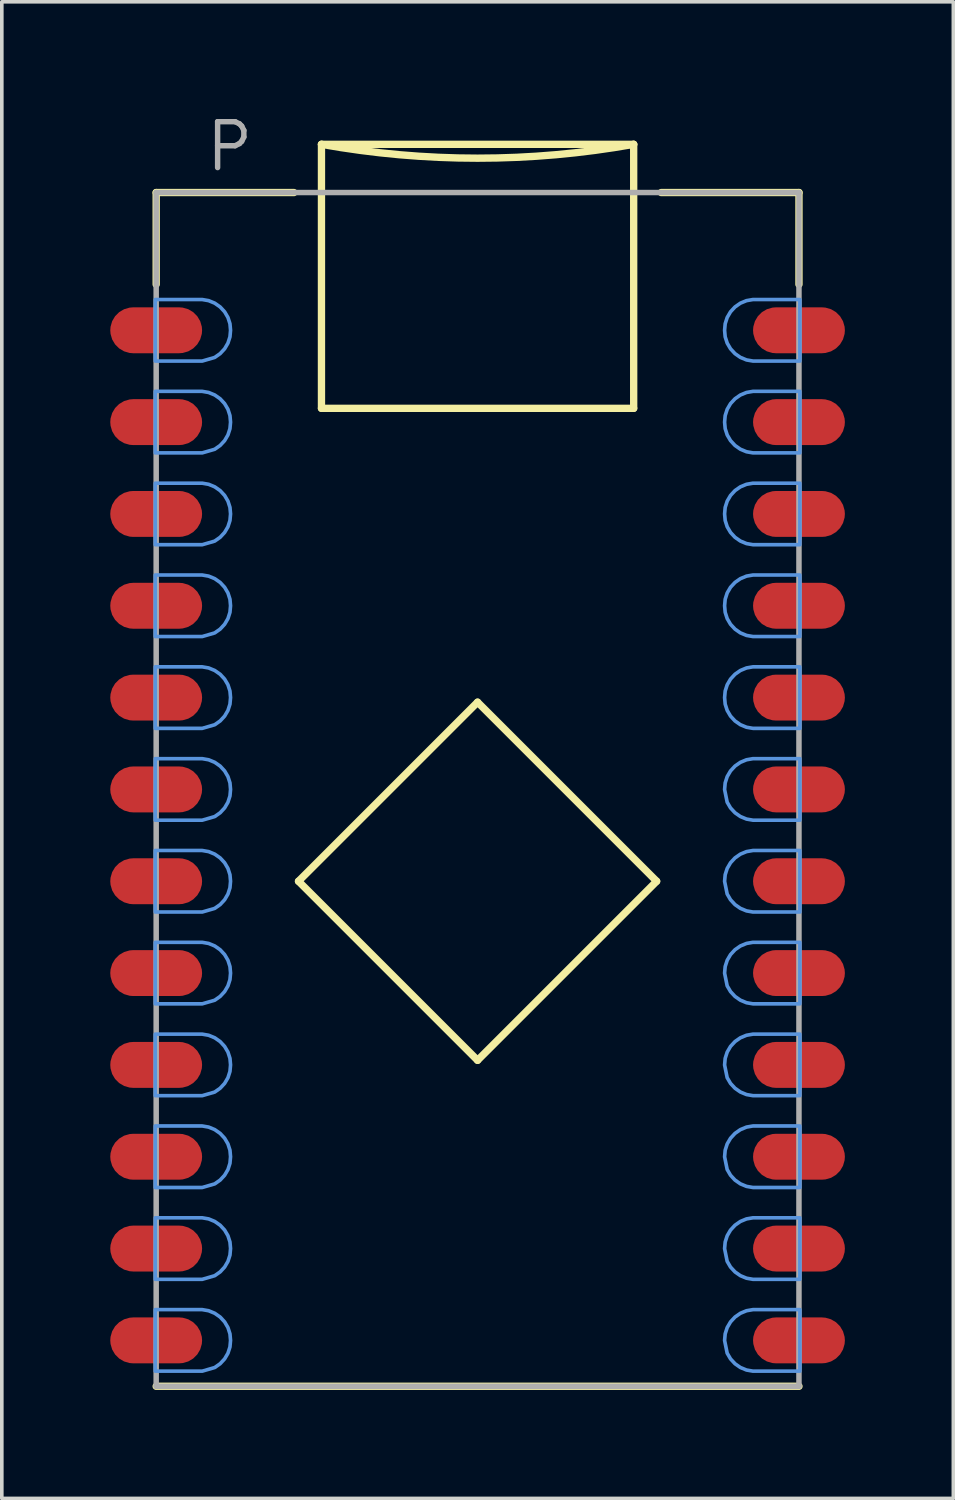
<source format=kicad_pcb>
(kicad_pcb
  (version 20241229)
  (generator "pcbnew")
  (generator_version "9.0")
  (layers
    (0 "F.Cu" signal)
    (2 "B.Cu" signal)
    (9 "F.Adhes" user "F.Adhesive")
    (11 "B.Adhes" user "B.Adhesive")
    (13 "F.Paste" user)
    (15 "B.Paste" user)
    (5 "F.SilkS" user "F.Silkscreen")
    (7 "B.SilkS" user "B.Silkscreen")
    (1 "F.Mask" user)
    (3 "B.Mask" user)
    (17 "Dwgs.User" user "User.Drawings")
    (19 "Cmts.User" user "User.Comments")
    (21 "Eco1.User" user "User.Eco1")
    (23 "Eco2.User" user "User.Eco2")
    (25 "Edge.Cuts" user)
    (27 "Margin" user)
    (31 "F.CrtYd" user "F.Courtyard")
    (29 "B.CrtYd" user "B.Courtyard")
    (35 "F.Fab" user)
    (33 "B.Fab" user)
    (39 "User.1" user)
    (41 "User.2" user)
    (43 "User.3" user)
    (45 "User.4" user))
  (footprint "P"
    (layer "F.Cu")
    (at 10.16 18.786)
    (property "Reference" "P" (at -6.858 -17.78 0) (layer "F.Fab") (effects (font (size 1.27 1.27) (thickness 0.15))))
    (fp_line (start -8.89 -16.51) (end -8.89 -13.97) (stroke (width 0.203) (type solid)) (layer "F.SilkS"))
    (fp_line (start -5.08 -16.51) (end -8.89 -16.51) (stroke (width 0.203) (type solid)) (layer "F.SilkS"))
    (fp_line (start -4.953 2.54) (end 0 7.493) (stroke (width 0.203) (type solid)) (layer "F.SilkS"))
    (fp_line (start -4.318 -17.843) (end 4.318 -17.843) (stroke (width 0.203) (type solid)) (layer "F.SilkS"))
    (fp_line (start -4.318 -10.541) (end -4.318 -17.843) (stroke (width 0.203) (type solid)) (layer "F.SilkS"))
    (fp_line (start 0 -2.413) (end -4.953 2.54) (stroke (width 0.203) (type solid)) (layer "F.SilkS"))
    (fp_line (start 0 7.493) (end 4.953 2.54) (stroke (width 0.203) (type solid)) (layer "F.SilkS"))
    (fp_line (start 4.318 -17.843) (end 4.318 -10.541) (stroke (width 0.203) (type solid)) (layer "F.SilkS"))
    (fp_line (start 4.318 -10.541) (end -4.318 -10.541) (stroke (width 0.203) (type solid)) (layer "F.SilkS"))
    (fp_line (start 4.953 2.54) (end 0 -2.413) (stroke (width 0.203) (type solid)) (layer "F.SilkS"))
    (fp_line (start 5.08 -16.51) (end 8.89 -16.51) (stroke (width 0.203) (type solid)) (layer "F.SilkS"))
    (fp_line (start 8.89 -16.51) (end 8.89 -13.97) (stroke (width 0.203) (type solid)) (layer "F.SilkS"))
    (fp_line (start 8.89 16.51) (end -8.89 16.51) (stroke (width 0.203) (type solid)) (layer "F.SilkS"))
    (fp_arc (start 4.318 -17.8435) (mid 0 -17.460445) (end -4.318 -17.8435) (stroke (width 0.2032) (type solid)) (layer "F.SilkS"))
    (fp_poly (pts (xy -7.439 -13.52) (xy -7.27 -13.45) (xy -7.121 -13.346) (xy -6.997 -13.212) (xy -6.905 -13.055) (xy -6.849 -12.881) (xy -6.833 -12.701) (xy -6.833 -12.699) (xy -6.849 -12.519) (xy -6.905 -12.345) (xy -6.997 -12.188) (xy -7.121 -12.054) (xy -7.271 -11.949) (xy -7.616 -11.849) (xy -8.915 -11.849) (xy -8.915 -13.551) (xy -7.618 -13.551)) (stroke (width 0.1) (type default)) (fill no) (layer "Cmts.User"))
    (fp_poly (pts (xy -7.439 -10.98) (xy -7.27 -10.91) (xy -7.121 -10.806) (xy -6.997 -10.672) (xy -6.905 -10.515) (xy -6.849 -10.341) (xy -6.833 -10.161) (xy -6.833 -10.159) (xy -6.849 -9.979) (xy -6.905 -9.805) (xy -6.997 -9.648) (xy -7.121 -9.514) (xy -7.271 -9.409) (xy -7.616 -9.309) (xy -8.915 -9.309) (xy -8.915 -11.011) (xy -7.618 -11.011)) (stroke (width 0.1) (type default)) (fill no) (layer "Cmts.User"))
    (fp_poly (pts (xy -7.439 -8.44) (xy -7.27 -8.37) (xy -7.121 -8.266) (xy -6.997 -8.132) (xy -6.905 -7.975) (xy -6.849 -7.801) (xy -6.833 -7.621) (xy -6.833 -7.619) (xy -6.849 -7.439) (xy -6.905 -7.265) (xy -6.997 -7.108) (xy -7.121 -6.974) (xy -7.271 -6.869) (xy -7.616 -6.769) (xy -8.915 -6.769) (xy -8.915 -8.471) (xy -7.618 -8.471)) (stroke (width 0.1) (type default)) (fill no) (layer "Cmts.User"))
    (fp_poly (pts (xy -7.439 -5.9) (xy -7.27 -5.83) (xy -7.121 -5.726) (xy -6.997 -5.592) (xy -6.905 -5.435) (xy -6.849 -5.261) (xy -6.833 -5.081) (xy -6.833 -5.079) (xy -6.849 -4.899) (xy -6.905 -4.725) (xy -6.997 -4.568) (xy -7.121 -4.434) (xy -7.271 -4.329) (xy -7.616 -4.229) (xy -8.915 -4.229) (xy -8.915 -5.931) (xy -7.618 -5.931)) (stroke (width 0.1) (type default)) (fill no) (layer "Cmts.User"))
    (fp_poly (pts (xy -7.439 -3.36) (xy -7.27 -3.29) (xy -7.121 -3.186) (xy -6.997 -3.052) (xy -6.905 -2.895) (xy -6.849 -2.721) (xy -6.833 -2.541) (xy -6.833 -2.539) (xy -6.849 -2.359) (xy -6.905 -2.185) (xy -6.997 -2.028) (xy -7.121 -1.894) (xy -7.271 -1.789) (xy -7.616 -1.689) (xy -8.915 -1.689) (xy -8.915 -3.391) (xy -7.618 -3.391)) (stroke (width 0.1) (type default)) (fill no) (layer "Cmts.User"))
    (fp_poly (pts (xy -7.439 -0.82) (xy -7.27 -0.75) (xy -7.121 -0.646) (xy -6.997 -0.512) (xy -6.905 -0.355) (xy -6.849 -0.181) (xy -6.833 -0.001) (xy -6.833 0.001) (xy -6.849 0.181) (xy -6.905 0.355) (xy -6.997 0.512) (xy -7.121 0.646) (xy -7.271 0.751) (xy -7.616 0.851) (xy -8.915 0.851) (xy -8.915 -0.851) (xy -7.618 -0.851)) (stroke (width 0.1) (type default)) (fill no) (layer "Cmts.User"))
    (fp_poly (pts (xy -7.439 1.72) (xy -7.27 1.79) (xy -7.121 1.894) (xy -6.997 2.028) (xy -6.905 2.185) (xy -6.849 2.359) (xy -6.833 2.539) (xy -6.833 2.541) (xy -6.849 2.721) (xy -6.905 2.895) (xy -6.997 3.052) (xy -7.121 3.186) (xy -7.271 3.291) (xy -7.616 3.391) (xy -8.915 3.391) (xy -8.915 1.689) (xy -7.618 1.689)) (stroke (width 0.1) (type default)) (fill no) (layer "Cmts.User"))
    (fp_poly (pts (xy -7.439 4.26) (xy -7.27 4.33) (xy -7.121 4.434) (xy -6.997 4.568) (xy -6.905 4.725) (xy -6.849 4.899) (xy -6.833 5.079) (xy -6.833 5.081) (xy -6.849 5.261) (xy -6.905 5.435) (xy -6.997 5.592) (xy -7.121 5.726) (xy -7.271 5.831) (xy -7.616 5.931) (xy -8.915 5.931) (xy -8.915 4.229) (xy -7.618 4.229)) (stroke (width 0.1) (type default)) (fill no) (layer "Cmts.User"))
    (fp_poly (pts (xy -7.439 6.8) (xy -7.27 6.87) (xy -7.121 6.974) (xy -6.997 7.108) (xy -6.905 7.265) (xy -6.849 7.439) (xy -6.833 7.619) (xy -6.833 7.621) (xy -6.849 7.801) (xy -6.905 7.975) (xy -6.997 8.132) (xy -7.121 8.266) (xy -7.271 8.371) (xy -7.616 8.471) (xy -8.915 8.471) (xy -8.915 6.769) (xy -7.618 6.769)) (stroke (width 0.1) (type default)) (fill no) (layer "Cmts.User"))
    (fp_poly (pts (xy -7.439 9.34) (xy -7.27 9.41) (xy -7.121 9.514) (xy -6.997 9.648) (xy -6.905 9.805) (xy -6.849 9.979) (xy -6.833 10.159) (xy -6.833 10.161) (xy -6.849 10.341) (xy -6.905 10.515) (xy -6.997 10.672) (xy -7.121 10.806) (xy -7.271 10.911) (xy -7.616 11.011) (xy -8.915 11.011) (xy -8.915 9.309) (xy -7.618 9.309)) (stroke (width 0.1) (type default)) (fill no) (layer "Cmts.User"))
    (fp_poly (pts (xy -7.439 11.88) (xy -7.27 11.95) (xy -7.121 12.054) (xy -6.997 12.188) (xy -6.905 12.345) (xy -6.849 12.519) (xy -6.833 12.699) (xy -6.833 12.701) (xy -6.849 12.881) (xy -6.905 13.055) (xy -6.997 13.212) (xy -7.121 13.346) (xy -7.271 13.451) (xy -7.616 13.551) (xy -8.915 13.551) (xy -8.915 11.849) (xy -7.618 11.849)) (stroke (width 0.1) (type default)) (fill no) (layer "Cmts.User"))
    (fp_poly (pts (xy -7.439 14.42) (xy -7.27 14.49) (xy -7.121 14.594) (xy -6.997 14.728) (xy -6.905 14.885) (xy -6.849 15.059) (xy -6.833 15.239) (xy -6.833 15.241) (xy -6.849 15.421) (xy -6.905 15.595) (xy -6.997 15.752) (xy -7.121 15.886) (xy -7.271 15.991) (xy -7.616 16.091) (xy -8.915 16.091) (xy -8.915 14.389) (xy -7.618 14.389)) (stroke (width 0.1) (type default)) (fill no) (layer "Cmts.User"))
    (fp_poly (pts (xy 8.915 0.851) (xy 7.618 0.851) (xy 7.439 0.82) (xy 7.27 0.75) (xy 7.121 0.646) (xy 6.997 0.512) (xy 6.904 0.353) (xy 6.833 0.003) (xy 6.833 -0.001) (xy 6.849 -0.181) (xy 6.905 -0.355) (xy 6.997 -0.512) (xy 7.121 -0.646) (xy 7.27 -0.75) (xy 7.439 -0.82) (xy 7.618 -0.851) (xy 8.915 -0.851)) (stroke (width 0.1) (type default)) (fill no) (layer "Cmts.User"))
    (fp_poly (pts (xy 8.915 3.391) (xy 7.618 3.391) (xy 7.439 3.36) (xy 7.27 3.29) (xy 7.121 3.186) (xy 6.997 3.052) (xy 6.904 2.893) (xy 6.833 2.543) (xy 6.833 2.539) (xy 6.849 2.359) (xy 6.905 2.185) (xy 6.997 2.028) (xy 7.121 1.894) (xy 7.27 1.79) (xy 7.439 1.72) (xy 7.618 1.689) (xy 8.915 1.689)) (stroke (width 0.1) (type default)) (fill no) (layer "Cmts.User"))
    (fp_poly (pts (xy 8.915 5.931) (xy 7.618 5.931) (xy 7.439 5.9) (xy 7.27 5.83) (xy 7.121 5.726) (xy 6.997 5.592) (xy 6.904 5.433) (xy 6.833 5.083) (xy 6.833 5.079) (xy 6.849 4.899) (xy 6.905 4.725) (xy 6.997 4.568) (xy 7.121 4.434) (xy 7.27 4.33) (xy 7.439 4.26) (xy 7.618 4.229) (xy 8.915 4.229)) (stroke (width 0.1) (type default)) (fill no) (layer "Cmts.User"))
    (fp_poly (pts (xy 8.915 8.471) (xy 7.618 8.471) (xy 7.439 8.44) (xy 7.27 8.37) (xy 7.121 8.266) (xy 6.997 8.132) (xy 6.904 7.973) (xy 6.833 7.623) (xy 6.833 7.619) (xy 6.849 7.439) (xy 6.905 7.265) (xy 6.997 7.108) (xy 7.121 6.974) (xy 7.27 6.87) (xy 7.439 6.8) (xy 7.618 6.769) (xy 8.915 6.769)) (stroke (width 0.1) (type default)) (fill no) (layer "Cmts.User"))
    (fp_poly (pts (xy 8.915 11.011) (xy 7.618 11.011) (xy 7.439 10.98) (xy 7.27 10.91) (xy 7.121 10.806) (xy 6.997 10.672) (xy 6.904 10.513) (xy 6.833 10.163) (xy 6.833 10.159) (xy 6.849 9.979) (xy 6.905 9.805) (xy 6.997 9.648) (xy 7.121 9.514) (xy 7.27 9.41) (xy 7.439 9.34) (xy 7.618 9.309) (xy 8.915 9.309)) (stroke (width 0.1) (type default)) (fill no) (layer "Cmts.User"))
    (fp_poly (pts (xy 8.915 13.551) (xy 7.618 13.551) (xy 7.439 13.52) (xy 7.27 13.45) (xy 7.121 13.346) (xy 6.997 13.212) (xy 6.904 13.053) (xy 6.833 12.703) (xy 6.833 12.699) (xy 6.849 12.519) (xy 6.905 12.345) (xy 6.997 12.188) (xy 7.121 12.054) (xy 7.27 11.95) (xy 7.439 11.88) (xy 7.618 11.849) (xy 8.915 11.849)) (stroke (width 0.1) (type default)) (fill no) (layer "Cmts.User"))
    (fp_poly (pts (xy 8.915 16.091) (xy 7.618 16.091) (xy 7.439 16.06) (xy 7.27 15.99) (xy 7.121 15.886) (xy 6.997 15.752) (xy 6.904 15.593) (xy 6.833 15.243) (xy 6.833 15.239) (xy 6.849 15.059) (xy 6.905 14.885) (xy 6.997 14.728) (xy 7.121 14.594) (xy 7.27 14.49) (xy 7.439 14.42) (xy 7.618 14.389) (xy 8.915 14.389)) (stroke (width 0.1) (type default)) (fill no) (layer "Cmts.User"))
    (fp_poly (pts (xy 8.915 -11.849) (xy 7.618 -11.849) (xy 7.439 -11.88) (xy 7.27 -11.95) (xy 7.121 -12.054) (xy 6.997 -12.188) (xy 6.905 -12.345) (xy 6.849 -12.519) (xy 6.833 -12.699) (xy 6.833 -12.701) (xy 6.849 -12.881) (xy 6.905 -13.055) (xy 6.997 -13.212) (xy 7.121 -13.346) (xy 7.27 -13.45) (xy 7.439 -13.52) (xy 7.618 -13.551) (xy 8.915 -13.551)) (stroke (width 0.1) (type default)) (fill no) (layer "Cmts.User"))
    (fp_poly (pts (xy 8.915 -9.309) (xy 7.618 -9.309) (xy 7.439 -9.34) (xy 7.27 -9.41) (xy 7.121 -9.514) (xy 6.997 -9.648) (xy 6.905 -9.805) (xy 6.849 -9.979) (xy 6.833 -10.159) (xy 6.833 -10.161) (xy 6.849 -10.341) (xy 6.905 -10.515) (xy 6.997 -10.672) (xy 7.121 -10.806) (xy 7.27 -10.91) (xy 7.439 -10.98) (xy 7.618 -11.011) (xy 8.915 -11.011)) (stroke (width 0.1) (type default)) (fill no) (layer "Cmts.User"))
    (fp_poly (pts (xy 8.915 -6.769) (xy 7.618 -6.769) (xy 7.439 -6.8) (xy 7.27 -6.87) (xy 7.121 -6.974) (xy 6.997 -7.108) (xy 6.905 -7.265) (xy 6.849 -7.439) (xy 6.833 -7.619) (xy 6.833 -7.621) (xy 6.849 -7.801) (xy 6.905 -7.975) (xy 6.997 -8.132) (xy 7.121 -8.266) (xy 7.27 -8.37) (xy 7.439 -8.44) (xy 7.618 -8.471) (xy 8.915 -8.471)) (stroke (width 0.1) (type default)) (fill no) (layer "Cmts.User"))
    (fp_poly (pts (xy 8.915 -4.229) (xy 7.618 -4.229) (xy 7.439 -4.26) (xy 7.27 -4.33) (xy 7.121 -4.434) (xy 6.997 -4.568) (xy 6.905 -4.725) (xy 6.849 -4.899) (xy 6.833 -5.079) (xy 6.833 -5.081) (xy 6.849 -5.261) (xy 6.905 -5.435) (xy 6.997 -5.592) (xy 7.121 -5.726) (xy 7.27 -5.83) (xy 7.439 -5.9) (xy 7.618 -5.931) (xy 8.915 -5.931)) (stroke (width 0.1) (type default)) (fill no) (layer "Cmts.User"))
    (fp_poly (pts (xy 8.915 -1.689) (xy 7.618 -1.689) (xy 7.439 -1.72) (xy 7.27 -1.79) (xy 7.121 -1.894) (xy 6.997 -2.028) (xy 6.905 -2.185) (xy 6.849 -2.359) (xy 6.833 -2.539) (xy 6.833 -2.541) (xy 6.849 -2.721) (xy 6.905 -2.895) (xy 6.997 -3.052) (xy 7.121 -3.186) (xy 7.27 -3.29) (xy 7.439 -3.36) (xy 7.618 -3.391) (xy 8.915 -3.391)) (stroke (width 0.1) (type default)) (fill no) (layer "Cmts.User"))
    (fp_line (start -8.89 -16.51) (end -8.89 16.51) (stroke (width 0.152) (type solid)) (layer "F.Fab"))
    (fp_line (start -8.89 16.51) (end 8.89 16.51) (stroke (width 0.152) (type solid)) (layer "F.Fab"))
    (fp_line (start 8.89 -16.51) (end -8.89 -16.51) (stroke (width 0.152) (type solid)) (layer "F.Fab"))
    (fp_line (start 8.89 16.51) (end 8.89 -16.51) (stroke (width 0.152) (type solid)) (layer "F.Fab"))
    (pad "1" smd roundrect (at -8.89 -12.7) (size 2.54 1.27) (layers "F.Cu" "F.Mask" "F.Paste") (roundrect_rratio 0.5))
    (pad "2" smd roundrect (at -8.89 -10.16) (size 2.54 1.27) (layers "F.Cu" "F.Mask" "F.Paste") (roundrect_rratio 0.5))
    (pad "3" smd roundrect (at -8.89 -7.62) (size 2.54 1.27) (layers "F.Cu" "F.Mask" "F.Paste") (roundrect_rratio 0.5))
    (pad "4" smd roundrect (at -8.89 -5.08) (size 2.54 1.27) (layers "F.Cu" "F.Mask" "F.Paste") (roundrect_rratio 0.5))
    (pad "5" smd roundrect (at -8.89 -2.54) (size 2.54 1.27) (layers "F.Cu" "F.Mask" "F.Paste") (roundrect_rratio 0.5))
    (pad "6" smd roundrect (at -8.89 0) (size 2.54 1.27) (layers "F.Cu" "F.Mask" "F.Paste") (roundrect_rratio 0.5))
    (pad "7" smd roundrect (at -8.89 2.54) (size 2.54 1.27) (layers "F.Cu" "F.Mask" "F.Paste") (roundrect_rratio 0.5))
    (pad "8" smd roundrect (at -8.89 5.08) (size 2.54 1.27) (layers "F.Cu" "F.Mask" "F.Paste") (roundrect_rratio 0.5))
    (pad "9" smd roundrect (at -8.89 7.62) (size 2.54 1.27) (layers "F.Cu" "F.Mask" "F.Paste") (roundrect_rratio 0.5))
    (pad "10" smd roundrect (at -8.89 10.16) (size 2.54 1.27) (layers "F.Cu" "F.Mask" "F.Paste") (roundrect_rratio 0.5))
    (pad "11" smd roundrect (at -8.89 12.7) (size 2.54 1.27) (layers "F.Cu" "F.Mask" "F.Paste") (roundrect_rratio 0.5))
    (pad "12" smd roundrect (at -8.89 15.24) (size 2.54 1.27) (layers "F.Cu" "F.Mask" "F.Paste") (roundrect_rratio 0.5))
    (pad "13" smd roundrect (at 8.89 15.24) (size 2.54 1.27) (layers "F.Cu" "F.Mask" "F.Paste") (roundrect_rratio 0.5))
    (pad "14" smd roundrect (at 8.89 12.7) (size 2.54 1.27) (layers "F.Cu" "F.Mask" "F.Paste") (roundrect_rratio 0.5))
    (pad "15" smd roundrect (at 8.89 10.16) (size 2.54 1.27) (layers "F.Cu" "F.Mask" "F.Paste") (roundrect_rratio 0.5))
    (pad "16" smd roundrect (at 8.89 7.62) (size 2.54 1.27) (layers "F.Cu" "F.Mask" "F.Paste") (roundrect_rratio 0.5))
    (pad "17" smd roundrect (at 8.89 5.08) (size 2.54 1.27) (layers "F.Cu" "F.Mask" "F.Paste") (roundrect_rratio 0.5))
    (pad "18" smd roundrect (at 8.89 2.54) (size 2.54 1.27) (layers "F.Cu" "F.Mask" "F.Paste") (roundrect_rratio 0.5))
    (pad "19" smd roundrect (at 8.89 0) (size 2.54 1.27) (layers "F.Cu" "F.Mask" "F.Paste") (roundrect_rratio 0.5))
    (pad "20" smd roundrect (at 8.89 -2.54) (size 2.54 1.27) (layers "F.Cu" "F.Mask" "F.Paste") (roundrect_rratio 0.5))
    (pad "21" smd roundrect (at 8.89 -5.08) (size 2.54 1.27) (layers "F.Cu" "F.Mask" "F.Paste") (roundrect_rratio 0.5))
    (pad "22" smd roundrect (at 8.89 -7.62) (size 2.54 1.27) (layers "F.Cu" "F.Mask" "F.Paste") (roundrect_rratio 0.5))
    (pad "23" smd roundrect (at 8.89 -10.16) (size 2.54 1.27) (layers "F.Cu" "F.Mask" "F.Paste") (roundrect_rratio 0.5))
    (pad "24" smd roundrect (at 8.89 -12.7) (size 2.54 1.27) (layers "F.Cu" "F.Mask" "F.Paste") (roundrect_rratio 0.5)))
  (gr_rect
    (start -3 -3)
    (end 23.32 38.398)
    (stroke (width 0.1) (type default))
    (fill no)
    (layer "Edge.Cuts")))
</source>
